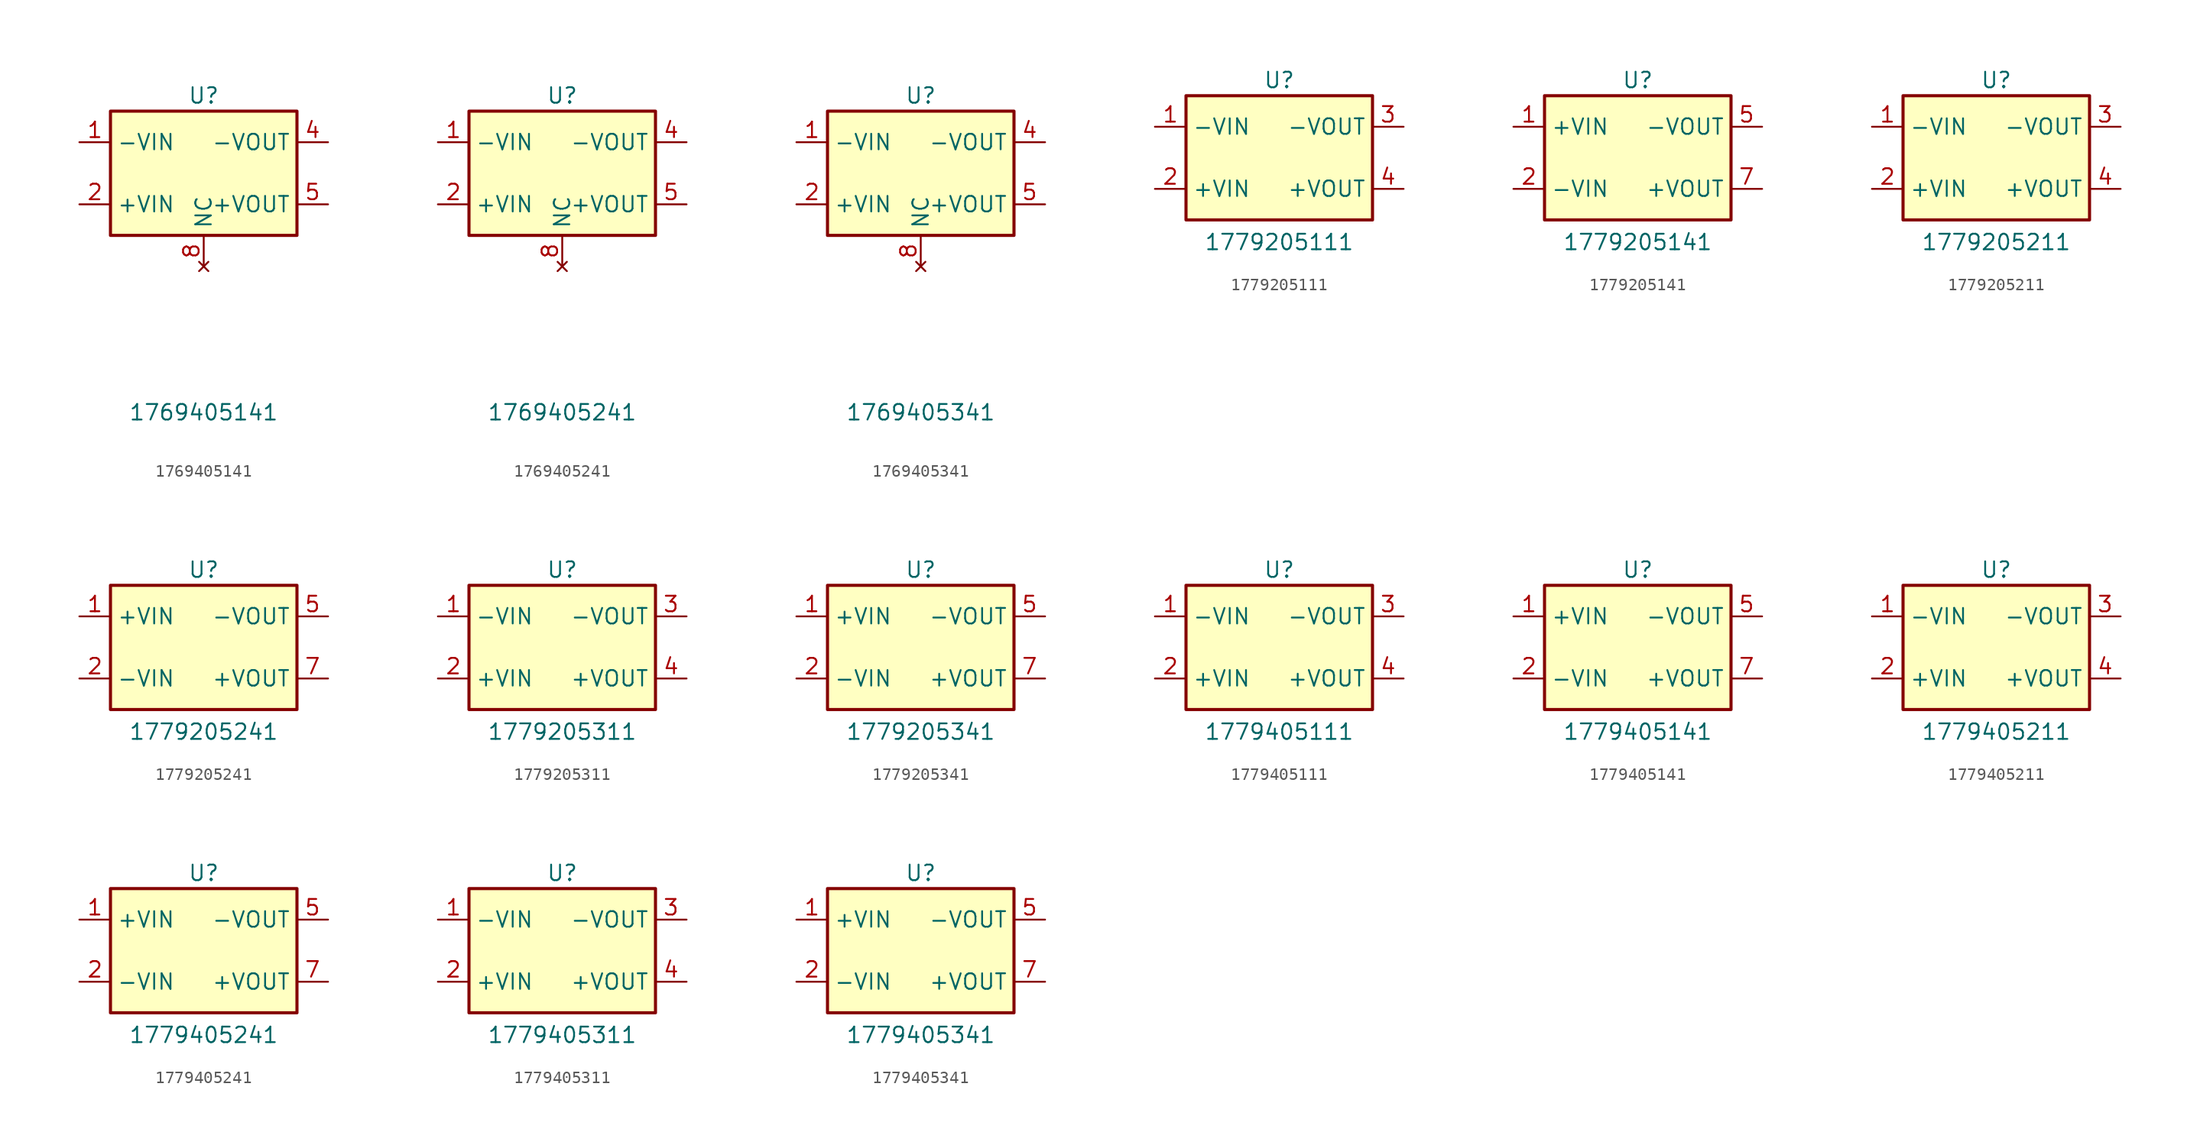
<source format=kicad_sym>
(kicad_symbol_lib
  (version 20220914)
  (generator kicad_symbol_editor)
  (symbol "1769405141"
    (property "Reference" "U"
      (at 0 6.35 0)
      (effects (font (size 1.27 1.27))))
    (property "Value" "1769405141"
      (at 0 -19.558 0)
      (effects (font (size 1.27 1.27))))
    (symbol "1769405141_1_0"
      (rectangle (start -7.62 5.08) (end 7.62 -5.08) (stroke (width 0.254) (type solid)) (fill (type background))))
    (symbol "1769405141_1_1"
      (pin power_in line (at -10.16 2.54 0) (length 2.54) (name "-VIN" (effects (font (size 1.27 1.27)))) (number "1" (effects (font (size 1.27 1.27)))))
      (pin power_in line (at -10.16 -2.54 0) (length 2.54) (name "+VIN" (effects (font (size 1.27 1.27)))) (number "2" (effects (font (size 1.27 1.27)))))
      (pin power_out line (at 10.16 2.54 180) (length 2.54) (name "-VOUT" (effects (font (size 1.27 1.27)))) (number "4" (effects (font (size 1.27 1.27)))))
      (pin power_out line (at 10.16 -2.54 180) (length 2.54) (name "+VOUT" (effects (font (size 1.27 1.27)))) (number "5" (effects (font (size 1.27 1.27)))))
      (pin no_connect line (at 0 -7.62 90) (length 2.54) (name "NC" (effects (font (size 1.27 1.27)))) (number "8" (effects (font (size 1.27 1.27)))))))
  (symbol "1769405241"
    (property "Reference" "U"
      (at 0 6.35 0)
      (effects (font (size 1.27 1.27))))
    (property "Value" "1769405241"
      (at 0 -19.558 0)
      (effects (font (size 1.27 1.27))))
    (symbol "1769405241_1_0"
      (rectangle (start -7.62 5.08) (end 7.62 -5.08) (stroke (width 0.254) (type solid)) (fill (type background))))
    (symbol "1769405241_1_1"
      (pin power_in line (at -10.16 2.54 0) (length 2.54) (name "-VIN" (effects (font (size 1.27 1.27)))) (number "1" (effects (font (size 1.27 1.27)))))
      (pin power_in line (at -10.16 -2.54 0) (length 2.54) (name "+VIN" (effects (font (size 1.27 1.27)))) (number "2" (effects (font (size 1.27 1.27)))))
      (pin power_out line (at 10.16 2.54 180) (length 2.54) (name "-VOUT" (effects (font (size 1.27 1.27)))) (number "4" (effects (font (size 1.27 1.27)))))
      (pin power_out line (at 10.16 -2.54 180) (length 2.54) (name "+VOUT" (effects (font (size 1.27 1.27)))) (number "5" (effects (font (size 1.27 1.27)))))
      (pin no_connect line (at 0 -7.62 90) (length 2.54) (name "NC" (effects (font (size 1.27 1.27)))) (number "8" (effects (font (size 1.27 1.27)))))))
  (symbol "1769405341"
    (property "Reference" "U"
      (at 0 6.35 0)
      (effects (font (size 1.27 1.27))))
    (property "Value" "1769405341"
      (at 0 -19.558 0)
      (effects (font (size 1.27 1.27))))
    (symbol "1769405341_1_0"
      (rectangle (start -7.62 5.08) (end 7.62 -5.08) (stroke (width 0.254) (type solid)) (fill (type background))))
    (symbol "1769405341_1_1"
      (pin power_in line (at -10.16 2.54 0) (length 2.54) (name "-VIN" (effects (font (size 1.27 1.27)))) (number "1" (effects (font (size 1.27 1.27)))))
      (pin power_in line (at -10.16 -2.54 0) (length 2.54) (name "+VIN" (effects (font (size 1.27 1.27)))) (number "2" (effects (font (size 1.27 1.27)))))
      (pin power_out line (at 10.16 2.54 180) (length 2.54) (name "-VOUT" (effects (font (size 1.27 1.27)))) (number "4" (effects (font (size 1.27 1.27)))))
      (pin power_out line (at 10.16 -2.54 180) (length 2.54) (name "+VOUT" (effects (font (size 1.27 1.27)))) (number "5" (effects (font (size 1.27 1.27)))))
      (pin no_connect line (at 0 -7.62 90) (length 2.54) (name "NC" (effects (font (size 1.27 1.27)))) (number "8" (effects (font (size 1.27 1.27)))))))
  (symbol "1779205111"
    (property "Reference" "U"
      (at 0 6.35 0)
      (effects (font (size 1.27 1.27))))
    (property "Value" "1779205111"
      (at 0 -6.9 0)
      (effects (font (size 1.27 1.27))))
    (symbol "1779205111_1_0"
      (rectangle (start -7.62 5.08) (end 7.62 -5.08) (stroke (width 0.254) (type solid)) (fill (type background))))
    (symbol "1779205111_1_1"
      (pin power_in line (at -10.16 2.54 0) (length 2.54) (name "-VIN" (effects (font (size 1.27 1.27)))) (number "1" (effects (font (size 1.27 1.27)))))
      (pin power_in line (at -10.16 -2.54 0) (length 2.54) (name "+VIN" (effects (font (size 1.27 1.27)))) (number "2" (effects (font (size 1.27 1.27)))))
      (pin power_out line (at 10.16 2.54 180) (length 2.54) (name "-VOUT" (effects (font (size 1.27 1.27)))) (number "3" (effects (font (size 1.27 1.27)))))
      (pin power_out line (at 10.16 -2.54 180) (length 2.54) (name "+VOUT" (effects (font (size 1.27 1.27)))) (number "4" (effects (font (size 1.27 1.27)))))))
  (symbol "1779205141"
    (property "Reference" "U"
      (at 0 6.35 0)
      (effects (font (size 1.27 1.27))))
    (property "Value" "1779205141"
      (at 0 -6.9 0)
      (effects (font (size 1.27 1.27))))
    (symbol "1779205141_1_0"
      (rectangle (start -7.62 5.08) (end 7.62 -5.08) (stroke (width 0.254) (type solid)) (fill (type background))))
    (symbol "1779205141_1_1"
      (pin power_in line (at -10.16 2.54 0) (length 2.54) (name "+VIN" (effects (font (size 1.27 1.27)))) (number "1" (effects (font (size 1.27 1.27)))))
      (pin power_in line (at -10.16 -2.54 0) (length 2.54) (name "-VIN" (effects (font (size 1.27 1.27)))) (number "2" (effects (font (size 1.27 1.27)))))
      (pin power_out line (at 10.16 2.54 180) (length 2.54) (name "-VOUT" (effects (font (size 1.27 1.27)))) (number "5" (effects (font (size 1.27 1.27)))))
      (pin power_out line (at 10.16 -2.54 180) (length 2.54) (name "+VOUT" (effects (font (size 1.27 1.27)))) (number "7" (effects (font (size 1.27 1.27)))))))
  (symbol "1779205211"
    (property "Reference" "U"
      (at 0 6.35 0)
      (effects (font (size 1.27 1.27))))
    (property "Value" "1779205211"
      (at 0 -6.9 0)
      (effects (font (size 1.27 1.27))))
    (symbol "1779205211_1_0"
      (rectangle (start -7.62 5.08) (end 7.62 -5.08) (stroke (width 0.254) (type solid)) (fill (type background))))
    (symbol "1779205211_1_1"
      (pin power_in line (at -10.16 2.54 0) (length 2.54) (name "-VIN" (effects (font (size 1.27 1.27)))) (number "1" (effects (font (size 1.27 1.27)))))
      (pin power_in line (at -10.16 -2.54 0) (length 2.54) (name "+VIN" (effects (font (size 1.27 1.27)))) (number "2" (effects (font (size 1.27 1.27)))))
      (pin power_out line (at 10.16 2.54 180) (length 2.54) (name "-VOUT" (effects (font (size 1.27 1.27)))) (number "3" (effects (font (size 1.27 1.27)))))
      (pin power_out line (at 10.16 -2.54 180) (length 2.54) (name "+VOUT" (effects (font (size 1.27 1.27)))) (number "4" (effects (font (size 1.27 1.27)))))))
  (symbol "1779205241"
    (property "Reference" "U"
      (at 0 6.35 0)
      (effects (font (size 1.27 1.27))))
    (property "Value" "1779205241"
      (at 0 -6.9 0)
      (effects (font (size 1.27 1.27))))
    (symbol "1779205241_1_0"
      (rectangle (start -7.62 5.08) (end 7.62 -5.08) (stroke (width 0.254) (type solid)) (fill (type background))))
    (symbol "1779205241_1_1"
      (pin power_in line (at -10.16 2.54 0) (length 2.54) (name "+VIN" (effects (font (size 1.27 1.27)))) (number "1" (effects (font (size 1.27 1.27)))))
      (pin power_in line (at -10.16 -2.54 0) (length 2.54) (name "-VIN" (effects (font (size 1.27 1.27)))) (number "2" (effects (font (size 1.27 1.27)))))
      (pin power_out line (at 10.16 2.54 180) (length 2.54) (name "-VOUT" (effects (font (size 1.27 1.27)))) (number "5" (effects (font (size 1.27 1.27)))))
      (pin power_out line (at 10.16 -2.54 180) (length 2.54) (name "+VOUT" (effects (font (size 1.27 1.27)))) (number "7" (effects (font (size 1.27 1.27)))))))
  (symbol "1779205311"
    (property "Reference" "U"
      (at 0 6.35 0)
      (effects (font (size 1.27 1.27))))
    (property "Value" "1779205311"
      (at 0 -6.9 0)
      (effects (font (size 1.27 1.27))))
    (symbol "1779205311_1_0"
      (rectangle (start -7.62 5.08) (end 7.62 -5.08) (stroke (width 0.254) (type solid)) (fill (type background))))
    (symbol "1779205311_1_1"
      (pin power_in line (at -10.16 2.54 0) (length 2.54) (name "-VIN" (effects (font (size 1.27 1.27)))) (number "1" (effects (font (size 1.27 1.27)))))
      (pin power_in line (at -10.16 -2.54 0) (length 2.54) (name "+VIN" (effects (font (size 1.27 1.27)))) (number "2" (effects (font (size 1.27 1.27)))))
      (pin power_out line (at 10.16 2.54 180) (length 2.54) (name "-VOUT" (effects (font (size 1.27 1.27)))) (number "3" (effects (font (size 1.27 1.27)))))
      (pin power_out line (at 10.16 -2.54 180) (length 2.54) (name "+VOUT" (effects (font (size 1.27 1.27)))) (number "4" (effects (font (size 1.27 1.27)))))))
  (symbol "1779205341"
    (property "Reference" "U"
      (at 0 6.35 0)
      (effects (font (size 1.27 1.27))))
    (property "Value" "1779205341"
      (at 0 -6.9 0)
      (effects (font (size 1.27 1.27))))
    (symbol "1779205341_1_0"
      (rectangle (start -7.62 5.08) (end 7.62 -5.08) (stroke (width 0.254) (type solid)) (fill (type background))))
    (symbol "1779205341_1_1"
      (pin power_in line (at -10.16 2.54 0) (length 2.54) (name "+VIN" (effects (font (size 1.27 1.27)))) (number "1" (effects (font (size 1.27 1.27)))))
      (pin power_in line (at -10.16 -2.54 0) (length 2.54) (name "-VIN" (effects (font (size 1.27 1.27)))) (number "2" (effects (font (size 1.27 1.27)))))
      (pin power_out line (at 10.16 2.54 180) (length 2.54) (name "-VOUT" (effects (font (size 1.27 1.27)))) (number "5" (effects (font (size 1.27 1.27)))))
      (pin power_out line (at 10.16 -2.54 180) (length 2.54) (name "+VOUT" (effects (font (size 1.27 1.27)))) (number "7" (effects (font (size 1.27 1.27)))))))
  (symbol "1779405111"
    (property "Reference" "U"
      (at 0 6.35 0)
      (effects (font (size 1.27 1.27))))
    (property "Value" "1779405111"
      (at 0 -6.9 0)
      (effects (font (size 1.27 1.27))))
    (symbol "1779405111_1_0"
      (rectangle (start -7.62 5.08) (end 7.62 -5.08) (stroke (width 0.254) (type solid)) (fill (type background))))
    (symbol "1779405111_1_1"
      (pin power_in line (at -10.16 2.54 0) (length 2.54) (name "-VIN" (effects (font (size 1.27 1.27)))) (number "1" (effects (font (size 1.27 1.27)))))
      (pin power_in line (at -10.16 -2.54 0) (length 2.54) (name "+VIN" (effects (font (size 1.27 1.27)))) (number "2" (effects (font (size 1.27 1.27)))))
      (pin power_out line (at 10.16 2.54 180) (length 2.54) (name "-VOUT" (effects (font (size 1.27 1.27)))) (number "3" (effects (font (size 1.27 1.27)))))
      (pin power_out line (at 10.16 -2.54 180) (length 2.54) (name "+VOUT" (effects (font (size 1.27 1.27)))) (number "4" (effects (font (size 1.27 1.27)))))))
  (symbol "1779405141"
    (property "Reference" "U"
      (at 0 6.35 0)
      (effects (font (size 1.27 1.27))))
    (property "Value" "1779405141"
      (at 0 -6.9 0)
      (effects (font (size 1.27 1.27))))
    (symbol "1779405141_1_0"
      (rectangle (start -7.62 5.08) (end 7.62 -5.08) (stroke (width 0.254) (type solid)) (fill (type background))))
    (symbol "1779405141_1_1"
      (pin power_in line (at -10.16 2.54 0) (length 2.54) (name "+VIN" (effects (font (size 1.27 1.27)))) (number "1" (effects (font (size 1.27 1.27)))))
      (pin power_in line (at -10.16 -2.54 0) (length 2.54) (name "-VIN" (effects (font (size 1.27 1.27)))) (number "2" (effects (font (size 1.27 1.27)))))
      (pin power_out line (at 10.16 2.54 180) (length 2.54) (name "-VOUT" (effects (font (size 1.27 1.27)))) (number "5" (effects (font (size 1.27 1.27)))))
      (pin power_out line (at 10.16 -2.54 180) (length 2.54) (name "+VOUT" (effects (font (size 1.27 1.27)))) (number "7" (effects (font (size 1.27 1.27)))))))
  (symbol "1779405211"
    (property "Reference" "U"
      (at 0 6.35 0)
      (effects (font (size 1.27 1.27))))
    (property "Value" "1779405211"
      (at 0 -6.9 0)
      (effects (font (size 1.27 1.27))))
    (symbol "1779405211_1_0"
      (rectangle (start -7.62 5.08) (end 7.62 -5.08) (stroke (width 0.254) (type solid)) (fill (type background))))
    (symbol "1779405211_1_1"
      (pin power_in line (at -10.16 2.54 0) (length 2.54) (name "-VIN" (effects (font (size 1.27 1.27)))) (number "1" (effects (font (size 1.27 1.27)))))
      (pin power_in line (at -10.16 -2.54 0) (length 2.54) (name "+VIN" (effects (font (size 1.27 1.27)))) (number "2" (effects (font (size 1.27 1.27)))))
      (pin power_out line (at 10.16 2.54 180) (length 2.54) (name "-VOUT" (effects (font (size 1.27 1.27)))) (number "3" (effects (font (size 1.27 1.27)))))
      (pin power_out line (at 10.16 -2.54 180) (length 2.54) (name "+VOUT" (effects (font (size 1.27 1.27)))) (number "4" (effects (font (size 1.27 1.27)))))))
  (symbol "1779405241"
    (property "Reference" "U"
      (at 0 6.35 0)
      (effects (font (size 1.27 1.27))))
    (property "Value" "1779405241"
      (at 0 -6.9 0)
      (effects (font (size 1.27 1.27))))
    (symbol "1779405241_1_0"
      (rectangle (start -7.62 5.08) (end 7.62 -5.08) (stroke (width 0.254) (type solid)) (fill (type background))))
    (symbol "1779405241_1_1"
      (pin power_in line (at -10.16 2.54 0) (length 2.54) (name "+VIN" (effects (font (size 1.27 1.27)))) (number "1" (effects (font (size 1.27 1.27)))))
      (pin power_in line (at -10.16 -2.54 0) (length 2.54) (name "-VIN" (effects (font (size 1.27 1.27)))) (number "2" (effects (font (size 1.27 1.27)))))
      (pin power_out line (at 10.16 2.54 180) (length 2.54) (name "-VOUT" (effects (font (size 1.27 1.27)))) (number "5" (effects (font (size 1.27 1.27)))))
      (pin power_out line (at 10.16 -2.54 180) (length 2.54) (name "+VOUT" (effects (font (size 1.27 1.27)))) (number "7" (effects (font (size 1.27 1.27)))))))
  (symbol "1779405311"
    (property "Reference" "U"
      (at 0 6.35 0)
      (effects (font (size 1.27 1.27))))
    (property "Value" "1779405311"
      (at 0 -6.9 0)
      (effects (font (size 1.27 1.27))))
    (symbol "1779405311_1_0"
      (rectangle (start -7.62 5.08) (end 7.62 -5.08) (stroke (width 0.254) (type solid)) (fill (type background))))
    (symbol "1779405311_1_1"
      (pin power_in line (at -10.16 2.54 0) (length 2.54) (name "-VIN" (effects (font (size 1.27 1.27)))) (number "1" (effects (font (size 1.27 1.27)))))
      (pin power_in line (at -10.16 -2.54 0) (length 2.54) (name "+VIN" (effects (font (size 1.27 1.27)))) (number "2" (effects (font (size 1.27 1.27)))))
      (pin power_out line (at 10.16 2.54 180) (length 2.54) (name "-VOUT" (effects (font (size 1.27 1.27)))) (number "3" (effects (font (size 1.27 1.27)))))
      (pin power_out line (at 10.16 -2.54 180) (length 2.54) (name "+VOUT" (effects (font (size 1.27 1.27)))) (number "4" (effects (font (size 1.27 1.27)))))))
  (symbol "1779405341"
    (property "Reference" "U"
      (at 0 6.35 0)
      (effects (font (size 1.27 1.27))))
    (property "Value" "1779405341"
      (at 0 -6.9 0)
      (effects (font (size 1.27 1.27))))
    (symbol "1779405341_1_0"
      (rectangle (start -7.62 5.08) (end 7.62 -5.08) (stroke (width 0.254) (type solid)) (fill (type background))))
    (symbol "1779405341_1_1"
      (pin power_in line (at -10.16 2.54 0) (length 2.54) (name "+VIN" (effects (font (size 1.27 1.27)))) (number "1" (effects (font (size 1.27 1.27)))))
      (pin power_in line (at -10.16 -2.54 0) (length 2.54) (name "-VIN" (effects (font (size 1.27 1.27)))) (number "2" (effects (font (size 1.27 1.27)))))
      (pin power_out line (at 10.16 2.54 180) (length 2.54) (name "-VOUT" (effects (font (size 1.27 1.27)))) (number "5" (effects (font (size 1.27 1.27)))))
      (pin power_out line (at 10.16 -2.54 180) (length 2.54) (name "+VOUT" (effects (font (size 1.27 1.27)))) (number "7" (effects (font (size 1.27 1.27))))))))
</source>
